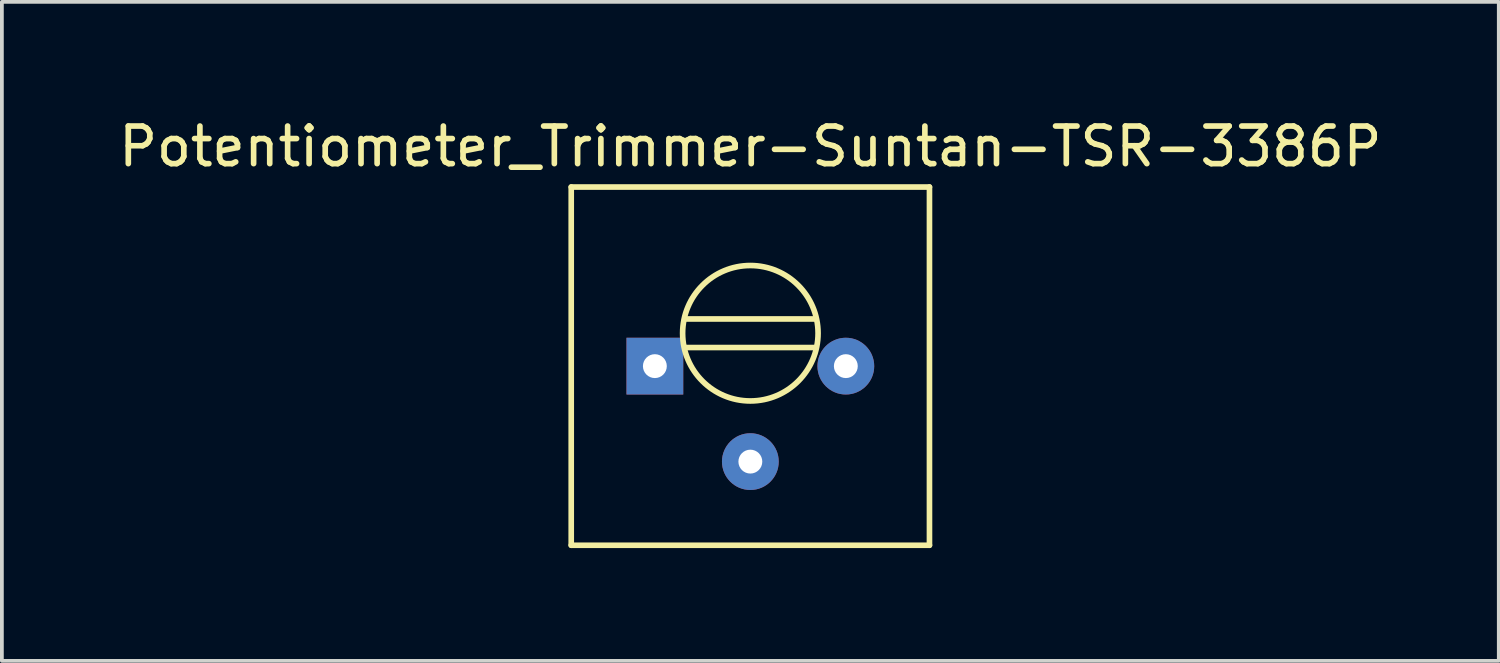
<source format=kicad_pcb>
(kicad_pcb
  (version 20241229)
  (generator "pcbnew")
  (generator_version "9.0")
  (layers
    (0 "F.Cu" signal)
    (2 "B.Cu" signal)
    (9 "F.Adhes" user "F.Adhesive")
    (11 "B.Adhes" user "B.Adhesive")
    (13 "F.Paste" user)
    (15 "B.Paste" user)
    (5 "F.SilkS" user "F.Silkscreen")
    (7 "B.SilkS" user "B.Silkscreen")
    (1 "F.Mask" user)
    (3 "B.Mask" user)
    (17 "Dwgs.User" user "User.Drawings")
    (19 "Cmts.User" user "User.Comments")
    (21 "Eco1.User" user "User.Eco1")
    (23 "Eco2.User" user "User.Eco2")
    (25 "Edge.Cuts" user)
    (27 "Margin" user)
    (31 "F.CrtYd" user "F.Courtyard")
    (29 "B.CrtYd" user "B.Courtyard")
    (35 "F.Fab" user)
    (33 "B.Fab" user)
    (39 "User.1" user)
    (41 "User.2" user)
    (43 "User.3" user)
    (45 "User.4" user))
  (footprint "Potentiometer_Trimmer-Suntan-TSR-3386P"
    (layer "F.Cu")
    (at 14.371 6.69)
    (property "Reference" "Potentiometer_Trimmer-Suntan-TSR-3386P" (at 2.54 -5.842 0) (layer "F.SilkS") (effects (font (size 1 1) (thickness 0.15))))
    (attr through_hole)
    (fp_line (start -2.225 -4.765) (end 7.305 -4.765) (stroke (width 0.15) (type solid)) (layer "F.SilkS"))
    (fp_line (start -2.225 4.765) (end -2.225 -4.765) (stroke (width 0.15) (type solid)) (layer "F.SilkS"))
    (fp_line (start 0.84 -1.255) (end 4.24 -1.255) (stroke (width 0.15) (type solid)) (layer "F.SilkS"))
    (fp_line (start 0.84 -0.495) (end 4.24 -0.495) (stroke (width 0.15) (type solid)) (layer "F.SilkS"))
    (fp_line (start 7.305 -4.765) (end 7.305 4.765) (stroke (width 0.15) (type solid)) (layer "F.SilkS"))
    (fp_line (start 7.305 4.765) (end -2.225 4.765) (stroke (width 0.15) (type solid)) (layer "F.SilkS"))
    (fp_circle (center 2.54 -0.875) (end 4.115 0) (stroke (width 0.15) (type solid)) (fill no) (layer "F.SilkS"))
    (pad "1" thru_hole rect (at 0 0) (size 1.51 1.51) (drill 0.635) (layers "*.Cu" "*.Mask"))
    (pad "2" thru_hole circle (at 2.54 2.54) (size 1.51 1.51) (drill 0.635) (layers "*.Cu" "*.Mask"))
    (pad "3" thru_hole circle (at 5.08 0) (size 1.51 1.51) (drill 0.635) (layers "*.Cu" "*.Mask")))
  (gr_rect
    (start -3 -3)
    (end 36.821 14.53)
    (stroke (width 0.1) (type default))
    (fill no)
    (layer "Edge.Cuts")))
</source>
